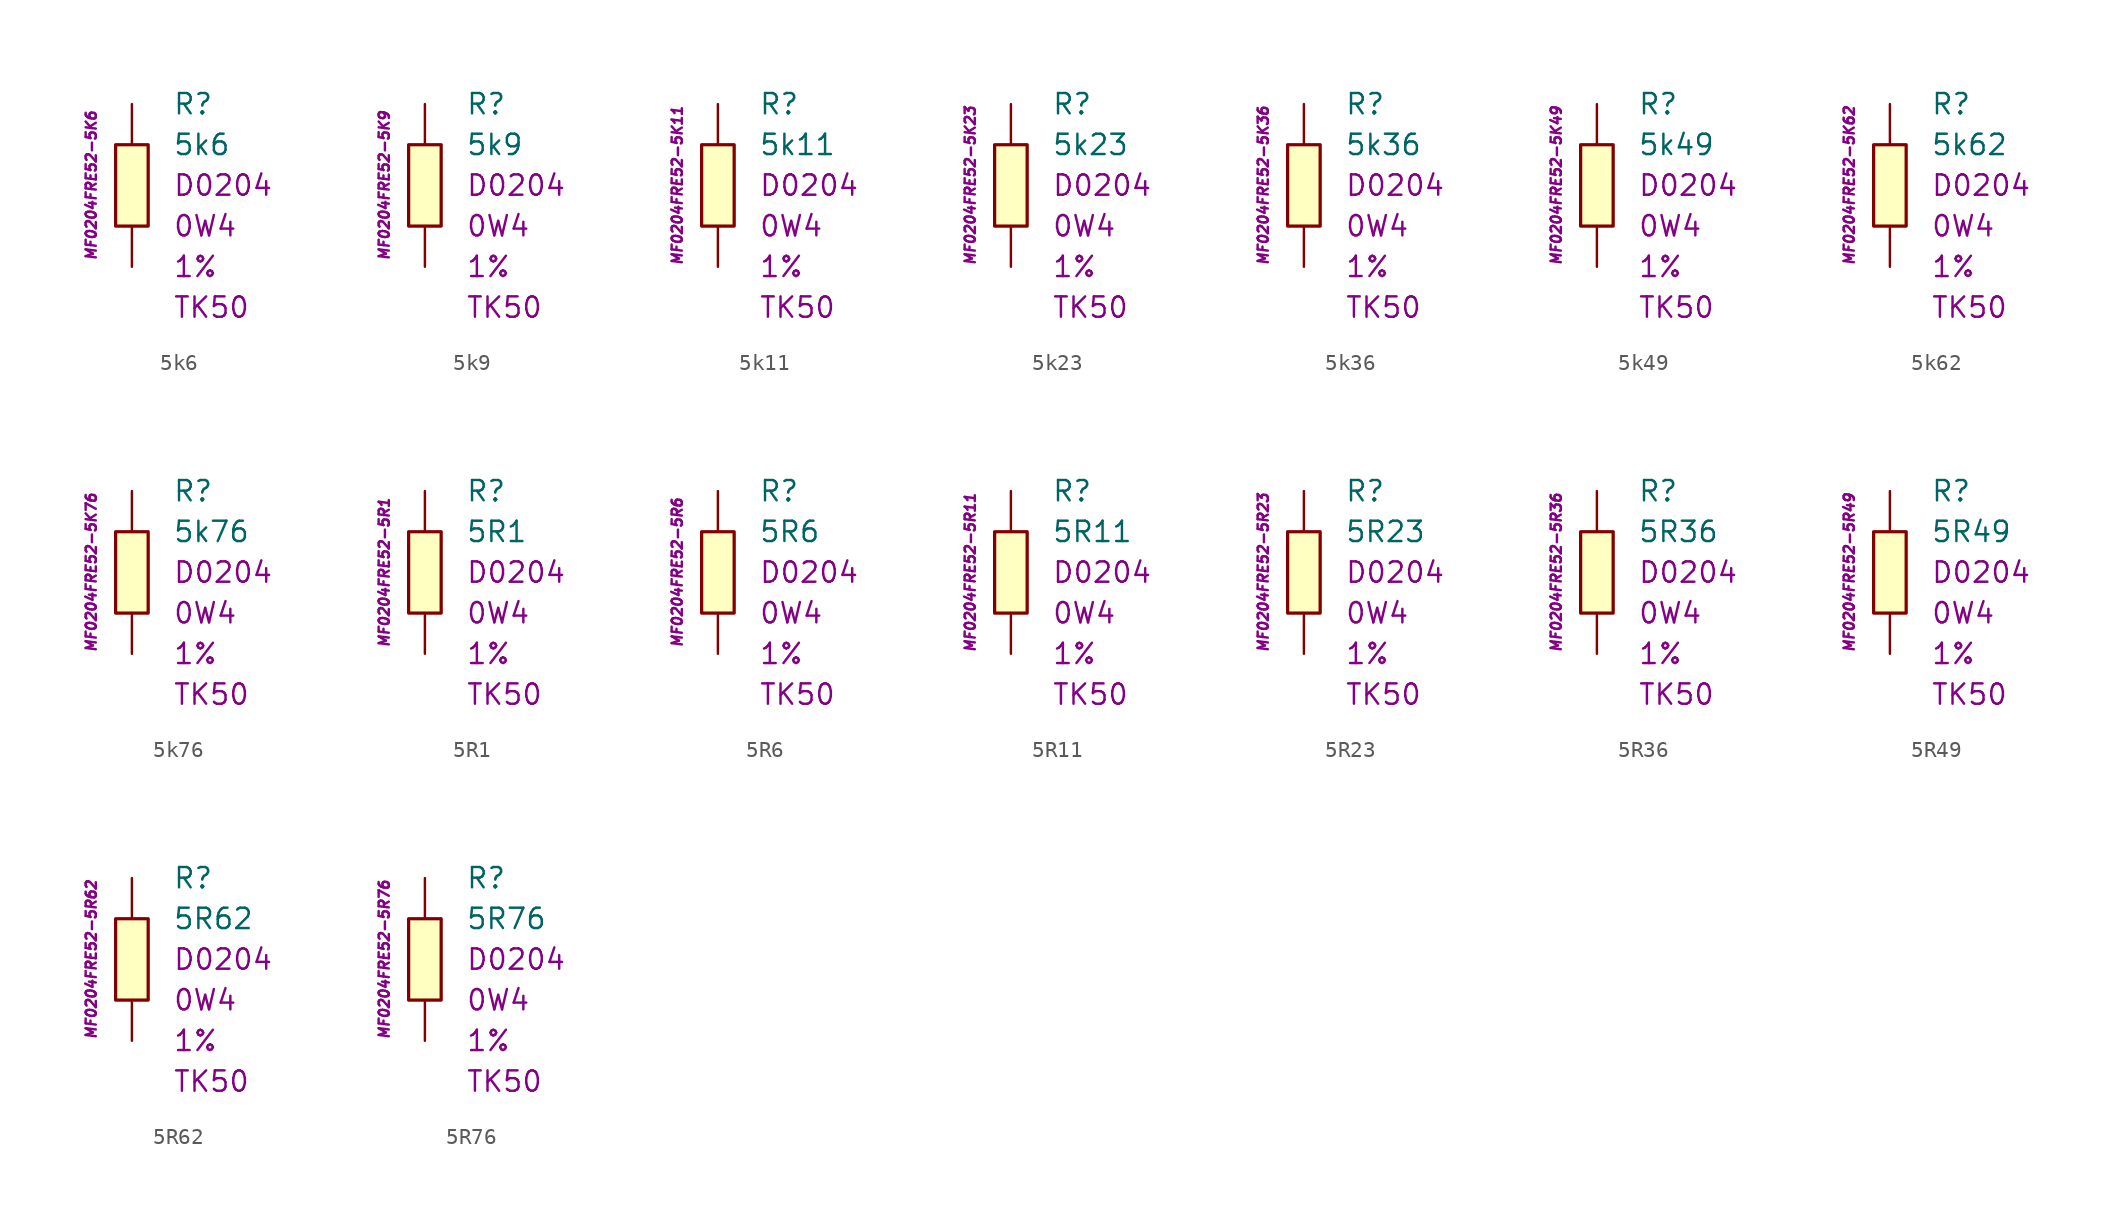
<source format=kicad_sym>
(kicad_symbol_lib
  (version 20201005)
  (generator kicad_symbol_editor)
  (symbol "5k6"
    (pin_numbers hide)
    (pin_names
      (offset 1.016) hide)
    (property "Reference" "R"
      (at 2.54 5.08 0)
      (effects (font (size 1.27 1.27)) (justify left)))
    (property "Value" "5k6"
      (at 2.54 2.54 0)
      (effects (font (size 1.27 1.27)) (justify left)))
    (property "Package" "D0204"
      (at 2.54 0 0)
      (effects (font (size 1.27 1.27)) (justify left)))
    (property "Power" "0W4"
      (at 2.54 -2.54 0)
      (effects (font (size 1.27 1.27)) (justify left)))
    (property "Tolerance" "1%"
      (at 2.54 -5.08 0)
      (effects (font (size 1.27 1.27)) (justify left)))
    (property "TK" "TK50"
      (at 2.54 -7.62 0)
      (effects (font (size 1.27 1.27)) (justify left)))
    (property "ID" "MF0204FRE52-5K6"
      (at -2.54 0 90)
      (effects (font (size 0.635 0.635) italic)))
    (symbol "5k6_0_1"
      (rectangle (start -1.016 2.54) (end 1.016 -2.54) (stroke (width 0.203)) (fill (type background))))
    (symbol "5k6_1_1"
      (pin passive line (at 0 5.08 270) (length 2.54) (name "~" (effects (font (size 1.778 1.778)))) (number "1" (effects (font (size 1.778 1.778)))))
      (pin passive line (at 0 -5.08 90) (length 2.54) (name "~" (effects (font (size 1.778 1.778)))) (number "2" (effects (font (size 1.778 1.778)))))))
  (symbol "5k9"
    (pin_numbers hide)
    (pin_names
      (offset 1.016) hide)
    (property "Reference" "R"
      (at 2.54 5.08 0)
      (effects (font (size 1.27 1.27)) (justify left)))
    (property "Value" "5k9"
      (at 2.54 2.54 0)
      (effects (font (size 1.27 1.27)) (justify left)))
    (property "Package" "D0204"
      (at 2.54 0 0)
      (effects (font (size 1.27 1.27)) (justify left)))
    (property "Power" "0W4"
      (at 2.54 -2.54 0)
      (effects (font (size 1.27 1.27)) (justify left)))
    (property "Tolerance" "1%"
      (at 2.54 -5.08 0)
      (effects (font (size 1.27 1.27)) (justify left)))
    (property "TK" "TK50"
      (at 2.54 -7.62 0)
      (effects (font (size 1.27 1.27)) (justify left)))
    (property "ID" "MF0204FRE52-5K9"
      (at -2.54 0 90)
      (effects (font (size 0.635 0.635) italic)))
    (symbol "5k9_0_1"
      (rectangle (start -1.016 2.54) (end 1.016 -2.54) (stroke (width 0.203)) (fill (type background))))
    (symbol "5k9_1_1"
      (pin passive line (at 0 5.08 270) (length 2.54) (name "~" (effects (font (size 1.778 1.778)))) (number "1" (effects (font (size 1.778 1.778)))))
      (pin passive line (at 0 -5.08 90) (length 2.54) (name "~" (effects (font (size 1.778 1.778)))) (number "2" (effects (font (size 1.778 1.778)))))))
  (symbol "5k11"
    (pin_numbers hide)
    (pin_names
      (offset 1.016) hide)
    (property "Reference" "R"
      (at 2.54 5.08 0)
      (effects (font (size 1.27 1.27)) (justify left)))
    (property "Value" "5k11"
      (at 2.54 2.54 0)
      (effects (font (size 1.27 1.27)) (justify left)))
    (property "Package" "D0204"
      (at 2.54 0 0)
      (effects (font (size 1.27 1.27)) (justify left)))
    (property "Power" "0W4"
      (at 2.54 -2.54 0)
      (effects (font (size 1.27 1.27)) (justify left)))
    (property "Tolerance" "1%"
      (at 2.54 -5.08 0)
      (effects (font (size 1.27 1.27)) (justify left)))
    (property "TK" "TK50"
      (at 2.54 -7.62 0)
      (effects (font (size 1.27 1.27)) (justify left)))
    (property "ID" "MF0204FRE52-5K11"
      (at -2.54 0 90)
      (effects (font (size 0.635 0.635) italic)))
    (symbol "5k11_0_1"
      (rectangle (start -1.016 2.54) (end 1.016 -2.54) (stroke (width 0.203)) (fill (type background))))
    (symbol "5k11_1_1"
      (pin passive line (at 0 5.08 270) (length 2.54) (name "~" (effects (font (size 1.778 1.778)))) (number "1" (effects (font (size 1.778 1.778)))))
      (pin passive line (at 0 -5.08 90) (length 2.54) (name "~" (effects (font (size 1.778 1.778)))) (number "2" (effects (font (size 1.778 1.778)))))))
  (symbol "5k23"
    (pin_numbers hide)
    (pin_names
      (offset 1.016) hide)
    (property "Reference" "R"
      (at 2.54 5.08 0)
      (effects (font (size 1.27 1.27)) (justify left)))
    (property "Value" "5k23"
      (at 2.54 2.54 0)
      (effects (font (size 1.27 1.27)) (justify left)))
    (property "Package" "D0204"
      (at 2.54 0 0)
      (effects (font (size 1.27 1.27)) (justify left)))
    (property "Power" "0W4"
      (at 2.54 -2.54 0)
      (effects (font (size 1.27 1.27)) (justify left)))
    (property "Tolerance" "1%"
      (at 2.54 -5.08 0)
      (effects (font (size 1.27 1.27)) (justify left)))
    (property "TK" "TK50"
      (at 2.54 -7.62 0)
      (effects (font (size 1.27 1.27)) (justify left)))
    (property "ID" "MF0204FRE52-5K23"
      (at -2.54 0 90)
      (effects (font (size 0.635 0.635) italic)))
    (symbol "5k23_0_1"
      (rectangle (start -1.016 2.54) (end 1.016 -2.54) (stroke (width 0.203)) (fill (type background))))
    (symbol "5k23_1_1"
      (pin passive line (at 0 5.08 270) (length 2.54) (name "~" (effects (font (size 1.778 1.778)))) (number "1" (effects (font (size 1.778 1.778)))))
      (pin passive line (at 0 -5.08 90) (length 2.54) (name "~" (effects (font (size 1.778 1.778)))) (number "2" (effects (font (size 1.778 1.778)))))))
  (symbol "5k36"
    (pin_numbers hide)
    (pin_names
      (offset 1.016) hide)
    (property "Reference" "R"
      (at 2.54 5.08 0)
      (effects (font (size 1.27 1.27)) (justify left)))
    (property "Value" "5k36"
      (at 2.54 2.54 0)
      (effects (font (size 1.27 1.27)) (justify left)))
    (property "Package" "D0204"
      (at 2.54 0 0)
      (effects (font (size 1.27 1.27)) (justify left)))
    (property "Power" "0W4"
      (at 2.54 -2.54 0)
      (effects (font (size 1.27 1.27)) (justify left)))
    (property "Tolerance" "1%"
      (at 2.54 -5.08 0)
      (effects (font (size 1.27 1.27)) (justify left)))
    (property "TK" "TK50"
      (at 2.54 -7.62 0)
      (effects (font (size 1.27 1.27)) (justify left)))
    (property "ID" "MF0204FRE52-5K36"
      (at -2.54 0 90)
      (effects (font (size 0.635 0.635) italic)))
    (symbol "5k36_0_1"
      (rectangle (start -1.016 2.54) (end 1.016 -2.54) (stroke (width 0.203)) (fill (type background))))
    (symbol "5k36_1_1"
      (pin passive line (at 0 5.08 270) (length 2.54) (name "~" (effects (font (size 1.778 1.778)))) (number "1" (effects (font (size 1.778 1.778)))))
      (pin passive line (at 0 -5.08 90) (length 2.54) (name "~" (effects (font (size 1.778 1.778)))) (number "2" (effects (font (size 1.778 1.778)))))))
  (symbol "5k49"
    (pin_numbers hide)
    (pin_names
      (offset 1.016) hide)
    (property "Reference" "R"
      (at 2.54 5.08 0)
      (effects (font (size 1.27 1.27)) (justify left)))
    (property "Value" "5k49"
      (at 2.54 2.54 0)
      (effects (font (size 1.27 1.27)) (justify left)))
    (property "Package" "D0204"
      (at 2.54 0 0)
      (effects (font (size 1.27 1.27)) (justify left)))
    (property "Power" "0W4"
      (at 2.54 -2.54 0)
      (effects (font (size 1.27 1.27)) (justify left)))
    (property "Tolerance" "1%"
      (at 2.54 -5.08 0)
      (effects (font (size 1.27 1.27)) (justify left)))
    (property "TK" "TK50"
      (at 2.54 -7.62 0)
      (effects (font (size 1.27 1.27)) (justify left)))
    (property "ID" "MF0204FRE52-5K49"
      (at -2.54 0 90)
      (effects (font (size 0.635 0.635) italic)))
    (symbol "5k49_0_1"
      (rectangle (start -1.016 2.54) (end 1.016 -2.54) (stroke (width 0.203)) (fill (type background))))
    (symbol "5k49_1_1"
      (pin passive line (at 0 5.08 270) (length 2.54) (name "~" (effects (font (size 1.778 1.778)))) (number "1" (effects (font (size 1.778 1.778)))))
      (pin passive line (at 0 -5.08 90) (length 2.54) (name "~" (effects (font (size 1.778 1.778)))) (number "2" (effects (font (size 1.778 1.778)))))))
  (symbol "5k62"
    (pin_numbers hide)
    (pin_names
      (offset 1.016) hide)
    (property "Reference" "R"
      (at 2.54 5.08 0)
      (effects (font (size 1.27 1.27)) (justify left)))
    (property "Value" "5k62"
      (at 2.54 2.54 0)
      (effects (font (size 1.27 1.27)) (justify left)))
    (property "Package" "D0204"
      (at 2.54 0 0)
      (effects (font (size 1.27 1.27)) (justify left)))
    (property "Power" "0W4"
      (at 2.54 -2.54 0)
      (effects (font (size 1.27 1.27)) (justify left)))
    (property "Tolerance" "1%"
      (at 2.54 -5.08 0)
      (effects (font (size 1.27 1.27)) (justify left)))
    (property "TK" "TK50"
      (at 2.54 -7.62 0)
      (effects (font (size 1.27 1.27)) (justify left)))
    (property "ID" "MF0204FRE52-5K62"
      (at -2.54 0 90)
      (effects (font (size 0.635 0.635) italic)))
    (symbol "5k62_0_1"
      (rectangle (start -1.016 2.54) (end 1.016 -2.54) (stroke (width 0.203)) (fill (type background))))
    (symbol "5k62_1_1"
      (pin passive line (at 0 5.08 270) (length 2.54) (name "~" (effects (font (size 1.778 1.778)))) (number "1" (effects (font (size 1.778 1.778)))))
      (pin passive line (at 0 -5.08 90) (length 2.54) (name "~" (effects (font (size 1.778 1.778)))) (number "2" (effects (font (size 1.778 1.778)))))))
  (symbol "5k76"
    (pin_numbers hide)
    (pin_names
      (offset 1.016) hide)
    (property "Reference" "R"
      (at 2.54 5.08 0)
      (effects (font (size 1.27 1.27)) (justify left)))
    (property "Value" "5k76"
      (at 2.54 2.54 0)
      (effects (font (size 1.27 1.27)) (justify left)))
    (property "Package" "D0204"
      (at 2.54 0 0)
      (effects (font (size 1.27 1.27)) (justify left)))
    (property "Power" "0W4"
      (at 2.54 -2.54 0)
      (effects (font (size 1.27 1.27)) (justify left)))
    (property "Tolerance" "1%"
      (at 2.54 -5.08 0)
      (effects (font (size 1.27 1.27)) (justify left)))
    (property "TK" "TK50"
      (at 2.54 -7.62 0)
      (effects (font (size 1.27 1.27)) (justify left)))
    (property "ID" "MF0204FRE52-5K76"
      (at -2.54 0 90)
      (effects (font (size 0.635 0.635) italic)))
    (symbol "5k76_0_1"
      (rectangle (start -1.016 2.54) (end 1.016 -2.54) (stroke (width 0.203)) (fill (type background))))
    (symbol "5k76_1_1"
      (pin passive line (at 0 5.08 270) (length 2.54) (name "~" (effects (font (size 1.778 1.778)))) (number "1" (effects (font (size 1.778 1.778)))))
      (pin passive line (at 0 -5.08 90) (length 2.54) (name "~" (effects (font (size 1.778 1.778)))) (number "2" (effects (font (size 1.778 1.778)))))))
  (symbol "5R1"
    (pin_numbers hide)
    (pin_names
      (offset 1.016) hide)
    (property "Reference" "R"
      (at 2.54 5.08 0)
      (effects (font (size 1.27 1.27)) (justify left)))
    (property "Value" "5R1"
      (at 2.54 2.54 0)
      (effects (font (size 1.27 1.27)) (justify left)))
    (property "Package" "D0204"
      (at 2.54 0 0)
      (effects (font (size 1.27 1.27)) (justify left)))
    (property "Power" "0W4"
      (at 2.54 -2.54 0)
      (effects (font (size 1.27 1.27)) (justify left)))
    (property "Tolerance" "1%"
      (at 2.54 -5.08 0)
      (effects (font (size 1.27 1.27)) (justify left)))
    (property "TK" "TK50"
      (at 2.54 -7.62 0)
      (effects (font (size 1.27 1.27)) (justify left)))
    (property "ID" "MF0204FRE52-5R1"
      (at -2.54 0 90)
      (effects (font (size 0.635 0.635) italic)))
    (symbol "5R1_0_1"
      (rectangle (start -1.016 2.54) (end 1.016 -2.54) (stroke (width 0.203)) (fill (type background))))
    (symbol "5R1_1_1"
      (pin passive line (at 0 5.08 270) (length 2.54) (name "~" (effects (font (size 1.778 1.778)))) (number "1" (effects (font (size 1.778 1.778)))))
      (pin passive line (at 0 -5.08 90) (length 2.54) (name "~" (effects (font (size 1.778 1.778)))) (number "2" (effects (font (size 1.778 1.778)))))))
  (symbol "5R6"
    (pin_numbers hide)
    (pin_names
      (offset 1.016) hide)
    (property "Reference" "R"
      (at 2.54 5.08 0)
      (effects (font (size 1.27 1.27)) (justify left)))
    (property "Value" "5R6"
      (at 2.54 2.54 0)
      (effects (font (size 1.27 1.27)) (justify left)))
    (property "Package" "D0204"
      (at 2.54 0 0)
      (effects (font (size 1.27 1.27)) (justify left)))
    (property "Power" "0W4"
      (at 2.54 -2.54 0)
      (effects (font (size 1.27 1.27)) (justify left)))
    (property "Tolerance" "1%"
      (at 2.54 -5.08 0)
      (effects (font (size 1.27 1.27)) (justify left)))
    (property "TK" "TK50"
      (at 2.54 -7.62 0)
      (effects (font (size 1.27 1.27)) (justify left)))
    (property "ID" "MF0204FRE52-5R6"
      (at -2.54 0 90)
      (effects (font (size 0.635 0.635) italic)))
    (symbol "5R6_0_1"
      (rectangle (start -1.016 2.54) (end 1.016 -2.54) (stroke (width 0.203)) (fill (type background))))
    (symbol "5R6_1_1"
      (pin passive line (at 0 5.08 270) (length 2.54) (name "~" (effects (font (size 1.778 1.778)))) (number "1" (effects (font (size 1.778 1.778)))))
      (pin passive line (at 0 -5.08 90) (length 2.54) (name "~" (effects (font (size 1.778 1.778)))) (number "2" (effects (font (size 1.778 1.778)))))))
  (symbol "5R11"
    (pin_numbers hide)
    (pin_names
      (offset 1.016) hide)
    (property "Reference" "R"
      (at 2.54 5.08 0)
      (effects (font (size 1.27 1.27)) (justify left)))
    (property "Value" "5R11"
      (at 2.54 2.54 0)
      (effects (font (size 1.27 1.27)) (justify left)))
    (property "Package" "D0204"
      (at 2.54 0 0)
      (effects (font (size 1.27 1.27)) (justify left)))
    (property "Power" "0W4"
      (at 2.54 -2.54 0)
      (effects (font (size 1.27 1.27)) (justify left)))
    (property "Tolerance" "1%"
      (at 2.54 -5.08 0)
      (effects (font (size 1.27 1.27)) (justify left)))
    (property "TK" "TK50"
      (at 2.54 -7.62 0)
      (effects (font (size 1.27 1.27)) (justify left)))
    (property "ID" "MF0204FRE52-5R11"
      (at -2.54 0 90)
      (effects (font (size 0.635 0.635) italic)))
    (symbol "5R11_0_1"
      (rectangle (start -1.016 2.54) (end 1.016 -2.54) (stroke (width 0.203)) (fill (type background))))
    (symbol "5R11_1_1"
      (pin passive line (at 0 5.08 270) (length 2.54) (name "~" (effects (font (size 1.778 1.778)))) (number "1" (effects (font (size 1.778 1.778)))))
      (pin passive line (at 0 -5.08 90) (length 2.54) (name "~" (effects (font (size 1.778 1.778)))) (number "2" (effects (font (size 1.778 1.778)))))))
  (symbol "5R23"
    (pin_numbers hide)
    (pin_names
      (offset 1.016) hide)
    (property "Reference" "R"
      (at 2.54 5.08 0)
      (effects (font (size 1.27 1.27)) (justify left)))
    (property "Value" "5R23"
      (at 2.54 2.54 0)
      (effects (font (size 1.27 1.27)) (justify left)))
    (property "Package" "D0204"
      (at 2.54 0 0)
      (effects (font (size 1.27 1.27)) (justify left)))
    (property "Power" "0W4"
      (at 2.54 -2.54 0)
      (effects (font (size 1.27 1.27)) (justify left)))
    (property "Tolerance" "1%"
      (at 2.54 -5.08 0)
      (effects (font (size 1.27 1.27)) (justify left)))
    (property "TK" "TK50"
      (at 2.54 -7.62 0)
      (effects (font (size 1.27 1.27)) (justify left)))
    (property "ID" "MF0204FRE52-5R23"
      (at -2.54 0 90)
      (effects (font (size 0.635 0.635) italic)))
    (symbol "5R23_0_1"
      (rectangle (start -1.016 2.54) (end 1.016 -2.54) (stroke (width 0.203)) (fill (type background))))
    (symbol "5R23_1_1"
      (pin passive line (at 0 5.08 270) (length 2.54) (name "~" (effects (font (size 1.778 1.778)))) (number "1" (effects (font (size 1.778 1.778)))))
      (pin passive line (at 0 -5.08 90) (length 2.54) (name "~" (effects (font (size 1.778 1.778)))) (number "2" (effects (font (size 1.778 1.778)))))))
  (symbol "5R36"
    (pin_numbers hide)
    (pin_names
      (offset 1.016) hide)
    (property "Reference" "R"
      (at 2.54 5.08 0)
      (effects (font (size 1.27 1.27)) (justify left)))
    (property "Value" "5R36"
      (at 2.54 2.54 0)
      (effects (font (size 1.27 1.27)) (justify left)))
    (property "Package" "D0204"
      (at 2.54 0 0)
      (effects (font (size 1.27 1.27)) (justify left)))
    (property "Power" "0W4"
      (at 2.54 -2.54 0)
      (effects (font (size 1.27 1.27)) (justify left)))
    (property "Tolerance" "1%"
      (at 2.54 -5.08 0)
      (effects (font (size 1.27 1.27)) (justify left)))
    (property "TK" "TK50"
      (at 2.54 -7.62 0)
      (effects (font (size 1.27 1.27)) (justify left)))
    (property "ID" "MF0204FRE52-5R36"
      (at -2.54 0 90)
      (effects (font (size 0.635 0.635) italic)))
    (symbol "5R36_0_1"
      (rectangle (start -1.016 2.54) (end 1.016 -2.54) (stroke (width 0.203)) (fill (type background))))
    (symbol "5R36_1_1"
      (pin passive line (at 0 5.08 270) (length 2.54) (name "~" (effects (font (size 1.778 1.778)))) (number "1" (effects (font (size 1.778 1.778)))))
      (pin passive line (at 0 -5.08 90) (length 2.54) (name "~" (effects (font (size 1.778 1.778)))) (number "2" (effects (font (size 1.778 1.778)))))))
  (symbol "5R49"
    (pin_numbers hide)
    (pin_names
      (offset 1.016) hide)
    (property "Reference" "R"
      (at 2.54 5.08 0)
      (effects (font (size 1.27 1.27)) (justify left)))
    (property "Value" "5R49"
      (at 2.54 2.54 0)
      (effects (font (size 1.27 1.27)) (justify left)))
    (property "Package" "D0204"
      (at 2.54 0 0)
      (effects (font (size 1.27 1.27)) (justify left)))
    (property "Power" "0W4"
      (at 2.54 -2.54 0)
      (effects (font (size 1.27 1.27)) (justify left)))
    (property "Tolerance" "1%"
      (at 2.54 -5.08 0)
      (effects (font (size 1.27 1.27)) (justify left)))
    (property "TK" "TK50"
      (at 2.54 -7.62 0)
      (effects (font (size 1.27 1.27)) (justify left)))
    (property "ID" "MF0204FRE52-5R49"
      (at -2.54 0 90)
      (effects (font (size 0.635 0.635) italic)))
    (symbol "5R49_0_1"
      (rectangle (start -1.016 2.54) (end 1.016 -2.54) (stroke (width 0.203)) (fill (type background))))
    (symbol "5R49_1_1"
      (pin passive line (at 0 5.08 270) (length 2.54) (name "~" (effects (font (size 1.778 1.778)))) (number "1" (effects (font (size 1.778 1.778)))))
      (pin passive line (at 0 -5.08 90) (length 2.54) (name "~" (effects (font (size 1.778 1.778)))) (number "2" (effects (font (size 1.778 1.778)))))))
  (symbol "5R62"
    (pin_numbers hide)
    (pin_names
      (offset 1.016) hide)
    (property "Reference" "R"
      (at 2.54 5.08 0)
      (effects (font (size 1.27 1.27)) (justify left)))
    (property "Value" "5R62"
      (at 2.54 2.54 0)
      (effects (font (size 1.27 1.27)) (justify left)))
    (property "Package" "D0204"
      (at 2.54 0 0)
      (effects (font (size 1.27 1.27)) (justify left)))
    (property "Power" "0W4"
      (at 2.54 -2.54 0)
      (effects (font (size 1.27 1.27)) (justify left)))
    (property "Tolerance" "1%"
      (at 2.54 -5.08 0)
      (effects (font (size 1.27 1.27)) (justify left)))
    (property "TK" "TK50"
      (at 2.54 -7.62 0)
      (effects (font (size 1.27 1.27)) (justify left)))
    (property "ID" "MF0204FRE52-5R62"
      (at -2.54 0 90)
      (effects (font (size 0.635 0.635) italic)))
    (symbol "5R62_0_1"
      (rectangle (start -1.016 2.54) (end 1.016 -2.54) (stroke (width 0.203)) (fill (type background))))
    (symbol "5R62_1_1"
      (pin passive line (at 0 5.08 270) (length 2.54) (name "~" (effects (font (size 1.778 1.778)))) (number "1" (effects (font (size 1.778 1.778)))))
      (pin passive line (at 0 -5.08 90) (length 2.54) (name "~" (effects (font (size 1.778 1.778)))) (number "2" (effects (font (size 1.778 1.778)))))))
  (symbol "5R76"
    (pin_numbers hide)
    (pin_names
      (offset 1.016) hide)
    (property "Reference" "R"
      (at 2.54 5.08 0)
      (effects (font (size 1.27 1.27)) (justify left)))
    (property "Value" "5R76"
      (at 2.54 2.54 0)
      (effects (font (size 1.27 1.27)) (justify left)))
    (property "Package" "D0204"
      (at 2.54 0 0)
      (effects (font (size 1.27 1.27)) (justify left)))
    (property "Power" "0W4"
      (at 2.54 -2.54 0)
      (effects (font (size 1.27 1.27)) (justify left)))
    (property "Tolerance" "1%"
      (at 2.54 -5.08 0)
      (effects (font (size 1.27 1.27)) (justify left)))
    (property "TK" "TK50"
      (at 2.54 -7.62 0)
      (effects (font (size 1.27 1.27)) (justify left)))
    (property "ID" "MF0204FRE52-5R76"
      (at -2.54 0 90)
      (effects (font (size 0.635 0.635) italic)))
    (symbol "5R76_0_1"
      (rectangle (start -1.016 2.54) (end 1.016 -2.54) (stroke (width 0.203)) (fill (type background))))
    (symbol "5R76_1_1"
      (pin passive line (at 0 5.08 270) (length 2.54) (name "~" (effects (font (size 1.778 1.778)))) (number "1" (effects (font (size 1.778 1.778)))))
      (pin passive line (at 0 -5.08 90) (length 2.54) (name "~" (effects (font (size 1.778 1.778)))) (number "2" (effects (font (size 1.778 1.778))))))))
</source>
